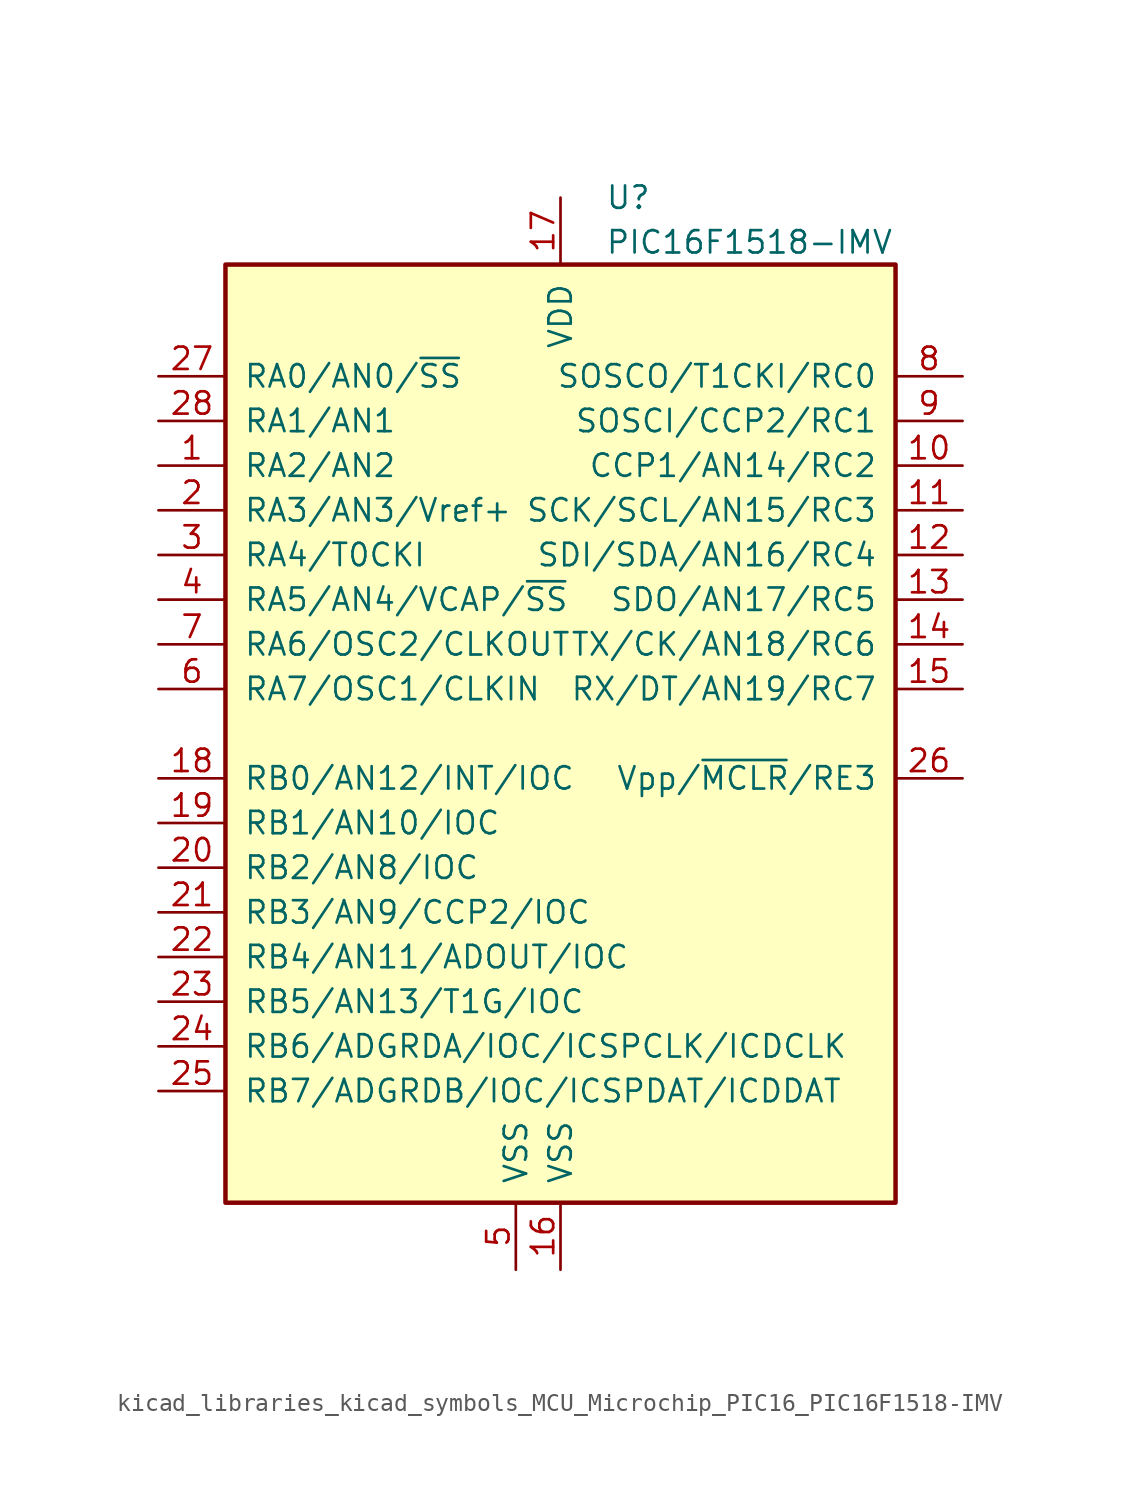
<source format=kicad_sym>
(kicad_symbol_lib
  (version 20220914)
  (generator kicad_symbol_editor)
  (symbol "kicad_libraries_kicad_symbols_MCU_Microchip_PIC16_PIC16F1518-IMV"
    (pin_names
      (offset 1.016))
    (property "Reference" "U"
      (at 2.54 30.48 0)
      (effects (font (size 1.27 1.27)) (justify left)))
    (property "Value" "PIC16F1518-IMV"
      (at 2.54 27.94 0)
      (effects (font (size 1.27 1.27)) (justify left)))
    (symbol "kicad_libraries_kicad_symbols_MCU_Microchip_PIC16_PIC16F1518-IMV_0_1"
      (rectangle (start -19.05 26.67) (end 19.05 -26.67) (stroke (width 0.254) (type default)) (fill (type background))))
    (symbol "kicad_libraries_kicad_symbols_MCU_Microchip_PIC16_PIC16F1518-IMV_1_1"
      (pin bidirectional line (at -22.86 15.24 0) (length 3.81) (name "RA2/AN2" (effects (font (size 1.27 1.27)))) (number "1" (effects (font (size 1.27 1.27)))))
      (pin bidirectional line (at 22.86 15.24 180) (length 3.81) (name "CCP1/AN14/RC2" (effects (font (size 1.27 1.27)))) (number "10" (effects (font (size 1.27 1.27)))))
      (pin bidirectional line (at 22.86 12.7 180) (length 3.81) (name "SCK/SCL/AN15/RC3" (effects (font (size 1.27 1.27)))) (number "11" (effects (font (size 1.27 1.27)))))
      (pin bidirectional line (at 22.86 10.16 180) (length 3.81) (name "SDI/SDA/AN16/RC4" (effects (font (size 1.27 1.27)))) (number "12" (effects (font (size 1.27 1.27)))))
      (pin bidirectional line (at 22.86 7.62 180) (length 3.81) (name "SDO/AN17/RC5" (effects (font (size 1.27 1.27)))) (number "13" (effects (font (size 1.27 1.27)))))
      (pin bidirectional line (at 22.86 5.08 180) (length 3.81) (name "TX/CK/AN18/RC6" (effects (font (size 1.27 1.27)))) (number "14" (effects (font (size 1.27 1.27)))))
      (pin bidirectional line (at 22.86 2.54 180) (length 3.81) (name "RX/DT/AN19/RC7" (effects (font (size 1.27 1.27)))) (number "15" (effects (font (size 1.27 1.27)))))
      (pin power_in line (at 0 -30.48 90) (length 3.81) (name "VSS" (effects (font (size 1.27 1.27)))) (number "16" (effects (font (size 1.27 1.27)))))
      (pin power_in line (at 0 30.48 270) (length 3.81) (name "VDD" (effects (font (size 1.27 1.27)))) (number "17" (effects (font (size 1.27 1.27)))))
      (pin bidirectional line (at -22.86 -2.54 0) (length 3.81) (name "RB0/AN12/INT/IOC" (effects (font (size 1.27 1.27)))) (number "18" (effects (font (size 1.27 1.27)))))
      (pin bidirectional line (at -22.86 -5.08 0) (length 3.81) (name "RB1/AN10/IOC" (effects (font (size 1.27 1.27)))) (number "19" (effects (font (size 1.27 1.27)))))
      (pin bidirectional line (at -22.86 12.7 0) (length 3.81) (name "RA3/AN3/Vref+" (effects (font (size 1.27 1.27)))) (number "2" (effects (font (size 1.27 1.27)))))
      (pin bidirectional line (at -22.86 -7.62 0) (length 3.81) (name "RB2/AN8/IOC" (effects (font (size 1.27 1.27)))) (number "20" (effects (font (size 1.27 1.27)))))
      (pin bidirectional line (at -22.86 -10.16 0) (length 3.81) (name "RB3/AN9/CCP2/IOC" (effects (font (size 1.27 1.27)))) (number "21" (effects (font (size 1.27 1.27)))))
      (pin bidirectional line (at -22.86 -12.7 0) (length 3.81) (name "RB4/AN11/ADOUT/IOC" (effects (font (size 1.27 1.27)))) (number "22" (effects (font (size 1.27 1.27)))))
      (pin bidirectional line (at -22.86 -15.24 0) (length 3.81) (name "RB5/AN13/T1G/IOC" (effects (font (size 1.27 1.27)))) (number "23" (effects (font (size 1.27 1.27)))))
      (pin bidirectional line (at -22.86 -17.78 0) (length 3.81) (name "RB6/ADGRDA/IOC/ICSPCLK/ICDCLK" (effects (font (size 1.27 1.27)))) (number "24" (effects (font (size 1.27 1.27)))))
      (pin bidirectional line (at -22.86 -20.32 0) (length 3.81) (name "RB7/ADGRDB/IOC/ICSPDAT/ICDDAT" (effects (font (size 1.27 1.27)))) (number "25" (effects (font (size 1.27 1.27)))))
      (pin input line (at 22.86 -2.54 180) (length 3.81) (name "Vpp/~{MCLR}/RE3" (effects (font (size 1.27 1.27)))) (number "26" (effects (font (size 1.27 1.27)))))
      (pin bidirectional line (at -22.86 20.32 0) (length 3.81) (name "RA0/AN0/~{SS}" (effects (font (size 1.27 1.27)))) (number "27" (effects (font (size 1.27 1.27)))))
      (pin bidirectional line (at -22.86 17.78 0) (length 3.81) (name "RA1/AN1" (effects (font (size 1.27 1.27)))) (number "28" (effects (font (size 1.27 1.27)))))
      (pin bidirectional line (at -22.86 10.16 0) (length 3.81) (name "RA4/T0CKI" (effects (font (size 1.27 1.27)))) (number "3" (effects (font (size 1.27 1.27)))))
      (pin bidirectional line (at -22.86 7.62 0) (length 3.81) (name "RA5/AN4/VCAP/~{SS}" (effects (font (size 1.27 1.27)))) (number "4" (effects (font (size 1.27 1.27)))))
      (pin power_in line (at -2.54 -30.48 90) (length 3.81) (name "VSS" (effects (font (size 1.27 1.27)))) (number "5" (effects (font (size 1.27 1.27)))))
      (pin bidirectional line (at -22.86 2.54 0) (length 3.81) (name "RA7/OSC1/CLKIN" (effects (font (size 1.27 1.27)))) (number "6" (effects (font (size 1.27 1.27)))))
      (pin bidirectional line (at -22.86 5.08 0) (length 3.81) (name "RA6/OSC2/CLKOUT" (effects (font (size 1.27 1.27)))) (number "7" (effects (font (size 1.27 1.27)))))
      (pin bidirectional line (at 22.86 20.32 180) (length 3.81) (name "SOSCO/T1CKI/RC0" (effects (font (size 1.27 1.27)))) (number "8" (effects (font (size 1.27 1.27)))))
      (pin bidirectional line (at 22.86 17.78 180) (length 3.81) (name "SOSCI/CCP2/RC1" (effects (font (size 1.27 1.27)))) (number "9" (effects (font (size 1.27 1.27))))))))
</source>
